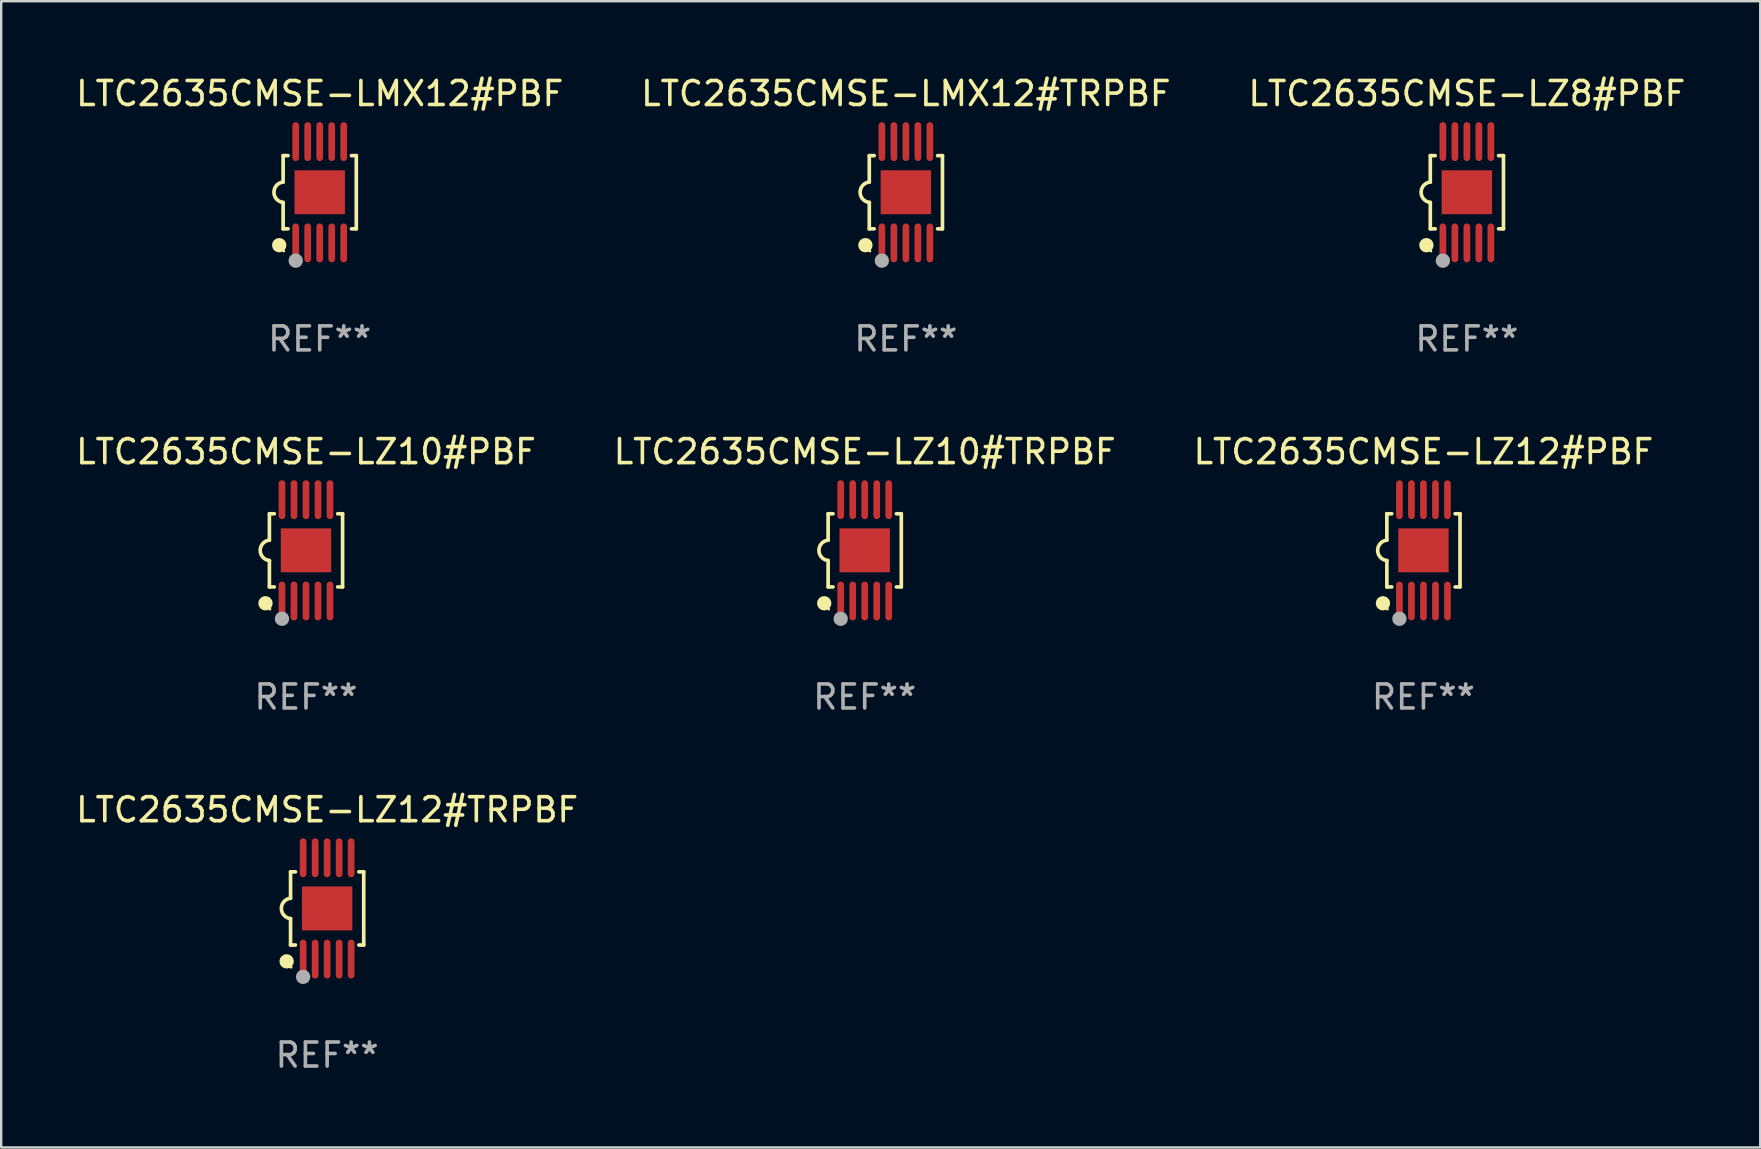
<source format=kicad_pcb>
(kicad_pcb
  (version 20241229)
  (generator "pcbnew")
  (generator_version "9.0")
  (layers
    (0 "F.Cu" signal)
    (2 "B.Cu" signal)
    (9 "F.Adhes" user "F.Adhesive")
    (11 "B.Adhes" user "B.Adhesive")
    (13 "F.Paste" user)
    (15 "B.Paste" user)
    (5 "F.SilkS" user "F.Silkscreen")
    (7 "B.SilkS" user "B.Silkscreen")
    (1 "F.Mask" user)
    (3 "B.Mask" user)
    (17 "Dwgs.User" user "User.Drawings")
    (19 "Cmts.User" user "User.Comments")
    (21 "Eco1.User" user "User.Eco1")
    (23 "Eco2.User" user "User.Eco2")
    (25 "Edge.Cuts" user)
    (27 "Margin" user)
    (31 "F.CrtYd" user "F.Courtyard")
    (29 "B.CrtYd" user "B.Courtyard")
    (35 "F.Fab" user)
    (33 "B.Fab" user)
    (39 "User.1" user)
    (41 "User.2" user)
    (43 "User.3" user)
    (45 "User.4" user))
  (footprint "LTC2635CMSE-LMX12#TRPBF"
    (layer "F.Cu")
    (at 34.685 4.958)
    (property "Reference" "LTC2635CMSE-LMX12#TRPBF" (at 0 -4.11 0) (layer "F.SilkS") (effects (font (size 1 1) (thickness 0.15))))
    (attr through_hole)
    (fp_line (start -1.524 -1.524) (end -1.524 -0.424) (stroke (width 0.152) (type solid)) (layer "F.SilkS"))
    (fp_line (start -1.524 1.524) (end -1.524 0.424) (stroke (width 0.152) (type solid)) (layer "F.SilkS"))
    (fp_line (start -1.524 1.524) (end -1.32 1.524) (stroke (width 0.152) (type solid)) (layer "F.SilkS"))
    (fp_line (start -1.32 -1.524) (end -1.524 -1.524) (stroke (width 0.152) (type solid)) (layer "F.SilkS"))
    (fp_line (start 1.32 1.524) (end 1.524 1.524) (stroke (width 0.152) (type solid)) (layer "F.SilkS"))
    (fp_line (start 1.524 -1.524) (end 1.32 -1.524) (stroke (width 0.152) (type solid)) (layer "F.SilkS"))
    (fp_line (start 1.524 1.524) (end 1.524 -1.524) (stroke (width 0.152) (type solid)) (layer "F.SilkS"))
    (fp_arc (start -1.524003 0.424003) (mid -1.906663 -0.000089) (end -1.524004 -0.424181) (stroke (width 0.151994) (type solid)) (layer "F.SilkS"))
    (fp_circle (center -1.687 2.205) (end -1.537 2.205) (stroke (width 0.3) (type solid)) (fill no) (layer "F.SilkS"))
    (fp_circle (center -1.5 2.45) (end -1.47 2.45) (stroke (width 0.06) (type solid)) (fill no) (layer "F.SilkS"))
    (fp_circle (center -1 2.85) (end -0.85 2.85) (stroke (width 0.3) (type solid)) (fill no) (layer "F.Fab"))
    (fp_text user "REF**" (at 0 6.11 0) (layer "F.Fab") (effects (font (size 1 1) (thickness 0.15))))
    (pad "1" smd oval (at -1 2.11) (size 0.28 1.62) (layers "F.Cu" "F.Mask" "F.Paste"))
    (pad "2" smd oval (at -0.5 2.11) (size 0.28 1.62) (layers "F.Cu" "F.Mask" "F.Paste"))
    (pad "3" smd oval (at 0 2.11) (size 0.28 1.62) (layers "F.Cu" "F.Mask" "F.Paste"))
    (pad "4" smd oval (at 0.5 2.11) (size 0.28 1.62) (layers "F.Cu" "F.Mask" "F.Paste"))
    (pad "5" smd oval (at 1 2.11) (size 0.28 1.62) (layers "F.Cu" "F.Mask" "F.Paste"))
    (pad "6" smd oval (at 1 -2.11) (size 0.28 1.62) (layers "F.Cu" "F.Mask" "F.Paste"))
    (pad "7" smd oval (at 0.5 -2.11) (size 0.28 1.62) (layers "F.Cu" "F.Mask" "F.Paste"))
    (pad "8" smd oval (at 0 -2.11) (size 0.28 1.62) (layers "F.Cu" "F.Mask" "F.Paste"))
    (pad "9" smd oval (at -0.5 -2.11) (size 0.28 1.62) (layers "F.Cu" "F.Mask" "F.Paste"))
    (pad "10" smd oval (at -1 -2.11) (size 0.28 1.62) (layers "F.Cu" "F.Mask" "F.Paste"))
    (pad "11" smd rect (at 0 0) (size 2.1 1.83) (layers "F.Cu" "F.Mask" "F.Paste")))
  (footprint "LTC2635CMSE-LMX12#PBF"
    (layer "F.Cu")
    (at 10.268 4.958)
    (property "Reference" "LTC2635CMSE-LMX12#PBF" (at 0 -4.11 0) (layer "F.SilkS") (effects (font (size 1 1) (thickness 0.15))))
    (attr through_hole)
    (fp_line (start -1.524 -1.524) (end -1.524 -0.424) (stroke (width 0.152) (type solid)) (layer "F.SilkS"))
    (fp_line (start -1.524 1.524) (end -1.524 0.424) (stroke (width 0.152) (type solid)) (layer "F.SilkS"))
    (fp_line (start -1.524 1.524) (end -1.32 1.524) (stroke (width 0.152) (type solid)) (layer "F.SilkS"))
    (fp_line (start -1.32 -1.524) (end -1.524 -1.524) (stroke (width 0.152) (type solid)) (layer "F.SilkS"))
    (fp_line (start 1.32 1.524) (end 1.524 1.524) (stroke (width 0.152) (type solid)) (layer "F.SilkS"))
    (fp_line (start 1.524 -1.524) (end 1.32 -1.524) (stroke (width 0.152) (type solid)) (layer "F.SilkS"))
    (fp_line (start 1.524 1.524) (end 1.524 -1.524) (stroke (width 0.152) (type solid)) (layer "F.SilkS"))
    (fp_arc (start -1.524003 0.424003) (mid -1.906663 -0.000089) (end -1.524004 -0.424181) (stroke (width 0.151994) (type solid)) (layer "F.SilkS"))
    (fp_circle (center -1.687 2.205) (end -1.537 2.205) (stroke (width 0.3) (type solid)) (fill no) (layer "F.SilkS"))
    (fp_circle (center -1.5 2.45) (end -1.47 2.45) (stroke (width 0.06) (type solid)) (fill no) (layer "F.SilkS"))
    (fp_circle (center -1 2.85) (end -0.85 2.85) (stroke (width 0.3) (type solid)) (fill no) (layer "F.Fab"))
    (fp_text user "REF**" (at 0 6.11 0) (layer "F.Fab") (effects (font (size 1 1) (thickness 0.15))))
    (pad "1" smd oval (at -1 2.11) (size 0.28 1.62) (layers "F.Cu" "F.Mask" "F.Paste"))
    (pad "2" smd oval (at -0.5 2.11) (size 0.28 1.62) (layers "F.Cu" "F.Mask" "F.Paste"))
    (pad "3" smd oval (at 0 2.11) (size 0.28 1.62) (layers "F.Cu" "F.Mask" "F.Paste"))
    (pad "4" smd oval (at 0.5 2.11) (size 0.28 1.62) (layers "F.Cu" "F.Mask" "F.Paste"))
    (pad "5" smd oval (at 1 2.11) (size 0.28 1.62) (layers "F.Cu" "F.Mask" "F.Paste"))
    (pad "6" smd oval (at 1 -2.11) (size 0.28 1.62) (layers "F.Cu" "F.Mask" "F.Paste"))
    (pad "7" smd oval (at 0.5 -2.11) (size 0.28 1.62) (layers "F.Cu" "F.Mask" "F.Paste"))
    (pad "8" smd oval (at 0 -2.11) (size 0.28 1.62) (layers "F.Cu" "F.Mask" "F.Paste"))
    (pad "9" smd oval (at -0.5 -2.11) (size 0.28 1.62) (layers "F.Cu" "F.Mask" "F.Paste"))
    (pad "10" smd oval (at -1 -2.11) (size 0.28 1.62) (layers "F.Cu" "F.Mask" "F.Paste"))
    (pad "11" smd rect (at 0 0) (size 2.1 1.83) (layers "F.Cu" "F.Mask" "F.Paste")))
  (footprint "LTC2635CMSE-LZ10#PBF"
    (layer "F.Cu")
    (at 9.696 19.875)
    (property "Reference" "LTC2635CMSE-LZ10#PBF" (at 0 -4.11 0) (layer "F.SilkS") (effects (font (size 1 1) (thickness 0.15))))
    (attr through_hole)
    (fp_line (start -1.524 -1.524) (end -1.524 -0.424) (stroke (width 0.152) (type solid)) (layer "F.SilkS"))
    (fp_line (start -1.524 1.524) (end -1.524 0.424) (stroke (width 0.152) (type solid)) (layer "F.SilkS"))
    (fp_line (start -1.524 1.524) (end -1.32 1.524) (stroke (width 0.152) (type solid)) (layer "F.SilkS"))
    (fp_line (start -1.32 -1.524) (end -1.524 -1.524) (stroke (width 0.152) (type solid)) (layer "F.SilkS"))
    (fp_line (start 1.32 1.524) (end 1.524 1.524) (stroke (width 0.152) (type solid)) (layer "F.SilkS"))
    (fp_line (start 1.524 -1.524) (end 1.32 -1.524) (stroke (width 0.152) (type solid)) (layer "F.SilkS"))
    (fp_line (start 1.524 1.524) (end 1.524 -1.524) (stroke (width 0.152) (type solid)) (layer "F.SilkS"))
    (fp_arc (start -1.524003 0.424003) (mid -1.906663 -0.000089) (end -1.524004 -0.424181) (stroke (width 0.151994) (type solid)) (layer "F.SilkS"))
    (fp_circle (center -1.687 2.205) (end -1.537 2.205) (stroke (width 0.3) (type solid)) (fill no) (layer "F.SilkS"))
    (fp_circle (center -1.5 2.45) (end -1.47 2.45) (stroke (width 0.06) (type solid)) (fill no) (layer "F.SilkS"))
    (fp_circle (center -1 2.85) (end -0.85 2.85) (stroke (width 0.3) (type solid)) (fill no) (layer "F.Fab"))
    (fp_text user "REF**" (at 0 6.11 0) (layer "F.Fab") (effects (font (size 1 1) (thickness 0.15))))
    (pad "1" smd oval (at -1 2.11) (size 0.28 1.62) (layers "F.Cu" "F.Mask" "F.Paste"))
    (pad "2" smd oval (at -0.5 2.11) (size 0.28 1.62) (layers "F.Cu" "F.Mask" "F.Paste"))
    (pad "3" smd oval (at 0 2.11) (size 0.28 1.62) (layers "F.Cu" "F.Mask" "F.Paste"))
    (pad "4" smd oval (at 0.5 2.11) (size 0.28 1.62) (layers "F.Cu" "F.Mask" "F.Paste"))
    (pad "5" smd oval (at 1 2.11) (size 0.28 1.62) (layers "F.Cu" "F.Mask" "F.Paste"))
    (pad "6" smd oval (at 1 -2.11) (size 0.28 1.62) (layers "F.Cu" "F.Mask" "F.Paste"))
    (pad "7" smd oval (at 0.5 -2.11) (size 0.28 1.62) (layers "F.Cu" "F.Mask" "F.Paste"))
    (pad "8" smd oval (at 0 -2.11) (size 0.28 1.62) (layers "F.Cu" "F.Mask" "F.Paste"))
    (pad "9" smd oval (at -0.5 -2.11) (size 0.28 1.62) (layers "F.Cu" "F.Mask" "F.Paste"))
    (pad "10" smd oval (at -1 -2.11) (size 0.28 1.62) (layers "F.Cu" "F.Mask" "F.Paste"))
    (pad "11" smd rect (at 0 0) (size 2.1 1.83) (layers "F.Cu" "F.Mask" "F.Paste")))
  (footprint "LTC2635CMSE-LZ12#TRPBF"
    (layer "F.Cu")
    (at 10.577 34.791)
    (property "Reference" "LTC2635CMSE-LZ12#TRPBF" (at 0 -4.11 0) (layer "F.SilkS") (effects (font (size 1 1) (thickness 0.15))))
    (attr through_hole)
    (fp_line (start -1.524 -1.524) (end -1.524 -0.424) (stroke (width 0.152) (type solid)) (layer "F.SilkS"))
    (fp_line (start -1.524 1.524) (end -1.524 0.424) (stroke (width 0.152) (type solid)) (layer "F.SilkS"))
    (fp_line (start -1.524 1.524) (end -1.32 1.524) (stroke (width 0.152) (type solid)) (layer "F.SilkS"))
    (fp_line (start -1.32 -1.524) (end -1.524 -1.524) (stroke (width 0.152) (type solid)) (layer "F.SilkS"))
    (fp_line (start 1.32 1.524) (end 1.524 1.524) (stroke (width 0.152) (type solid)) (layer "F.SilkS"))
    (fp_line (start 1.524 -1.524) (end 1.32 -1.524) (stroke (width 0.152) (type solid)) (layer "F.SilkS"))
    (fp_line (start 1.524 1.524) (end 1.524 -1.524) (stroke (width 0.152) (type solid)) (layer "F.SilkS"))
    (fp_arc (start -1.524003 0.424003) (mid -1.906663 -0.000089) (end -1.524004 -0.424181) (stroke (width 0.151994) (type solid)) (layer "F.SilkS"))
    (fp_circle (center -1.687 2.205) (end -1.537 2.205) (stroke (width 0.3) (type solid)) (fill no) (layer "F.SilkS"))
    (fp_circle (center -1.5 2.45) (end -1.47 2.45) (stroke (width 0.06) (type solid)) (fill no) (layer "F.SilkS"))
    (fp_circle (center -1 2.85) (end -0.85 2.85) (stroke (width 0.3) (type solid)) (fill no) (layer "F.Fab"))
    (fp_text user "REF**" (at 0 6.11 0) (layer "F.Fab") (effects (font (size 1 1) (thickness 0.15))))
    (pad "1" smd oval (at -1 2.11) (size 0.28 1.62) (layers "F.Cu" "F.Mask" "F.Paste"))
    (pad "2" smd oval (at -0.5 2.11) (size 0.28 1.62) (layers "F.Cu" "F.Mask" "F.Paste"))
    (pad "3" smd oval (at 0 2.11) (size 0.28 1.62) (layers "F.Cu" "F.Mask" "F.Paste"))
    (pad "4" smd oval (at 0.5 2.11) (size 0.28 1.62) (layers "F.Cu" "F.Mask" "F.Paste"))
    (pad "5" smd oval (at 1 2.11) (size 0.28 1.62) (layers "F.Cu" "F.Mask" "F.Paste"))
    (pad "6" smd oval (at 1 -2.11) (size 0.28 1.62) (layers "F.Cu" "F.Mask" "F.Paste"))
    (pad "7" smd oval (at 0.5 -2.11) (size 0.28 1.62) (layers "F.Cu" "F.Mask" "F.Paste"))
    (pad "8" smd oval (at 0 -2.11) (size 0.28 1.62) (layers "F.Cu" "F.Mask" "F.Paste"))
    (pad "9" smd oval (at -0.5 -2.11) (size 0.28 1.62) (layers "F.Cu" "F.Mask" "F.Paste"))
    (pad "10" smd oval (at -1 -2.11) (size 0.28 1.62) (layers "F.Cu" "F.Mask" "F.Paste"))
    (pad "11" smd rect (at 0 0) (size 2.1 1.83) (layers "F.Cu" "F.Mask" "F.Paste")))
  (footprint "LTC2635CMSE-LZ10#TRPBF"
    (layer "F.Cu")
    (at 32.97 19.875)
    (property "Reference" "LTC2635CMSE-LZ10#TRPBF" (at 0 -4.11 0) (layer "F.SilkS") (effects (font (size 1 1) (thickness 0.15))))
    (attr through_hole)
    (fp_line (start -1.524 -1.524) (end -1.524 -0.424) (stroke (width 0.152) (type solid)) (layer "F.SilkS"))
    (fp_line (start -1.524 1.524) (end -1.524 0.424) (stroke (width 0.152) (type solid)) (layer "F.SilkS"))
    (fp_line (start -1.524 1.524) (end -1.32 1.524) (stroke (width 0.152) (type solid)) (layer "F.SilkS"))
    (fp_line (start -1.32 -1.524) (end -1.524 -1.524) (stroke (width 0.152) (type solid)) (layer "F.SilkS"))
    (fp_line (start 1.32 1.524) (end 1.524 1.524) (stroke (width 0.152) (type solid)) (layer "F.SilkS"))
    (fp_line (start 1.524 -1.524) (end 1.32 -1.524) (stroke (width 0.152) (type solid)) (layer "F.SilkS"))
    (fp_line (start 1.524 1.524) (end 1.524 -1.524) (stroke (width 0.152) (type solid)) (layer "F.SilkS"))
    (fp_arc (start -1.524003 0.424003) (mid -1.906663 -0.000089) (end -1.524004 -0.424181) (stroke (width 0.151994) (type solid)) (layer "F.SilkS"))
    (fp_circle (center -1.687 2.205) (end -1.537 2.205) (stroke (width 0.3) (type solid)) (fill no) (layer "F.SilkS"))
    (fp_circle (center -1.5 2.45) (end -1.47 2.45) (stroke (width 0.06) (type solid)) (fill no) (layer "F.SilkS"))
    (fp_circle (center -1 2.85) (end -0.85 2.85) (stroke (width 0.3) (type solid)) (fill no) (layer "F.Fab"))
    (fp_text user "REF**" (at 0 6.11 0) (layer "F.Fab") (effects (font (size 1 1) (thickness 0.15))))
    (pad "1" smd oval (at -1 2.11) (size 0.28 1.62) (layers "F.Cu" "F.Mask" "F.Paste"))
    (pad "2" smd oval (at -0.5 2.11) (size 0.28 1.62) (layers "F.Cu" "F.Mask" "F.Paste"))
    (pad "3" smd oval (at 0 2.11) (size 0.28 1.62) (layers "F.Cu" "F.Mask" "F.Paste"))
    (pad "4" smd oval (at 0.5 2.11) (size 0.28 1.62) (layers "F.Cu" "F.Mask" "F.Paste"))
    (pad "5" smd oval (at 1 2.11) (size 0.28 1.62) (layers "F.Cu" "F.Mask" "F.Paste"))
    (pad "6" smd oval (at 1 -2.11) (size 0.28 1.62) (layers "F.Cu" "F.Mask" "F.Paste"))
    (pad "7" smd oval (at 0.5 -2.11) (size 0.28 1.62) (layers "F.Cu" "F.Mask" "F.Paste"))
    (pad "8" smd oval (at 0 -2.11) (size 0.28 1.62) (layers "F.Cu" "F.Mask" "F.Paste"))
    (pad "9" smd oval (at -0.5 -2.11) (size 0.28 1.62) (layers "F.Cu" "F.Mask" "F.Paste"))
    (pad "10" smd oval (at -1 -2.11) (size 0.28 1.62) (layers "F.Cu" "F.Mask" "F.Paste"))
    (pad "11" smd rect (at 0 0) (size 2.1 1.83) (layers "F.Cu" "F.Mask" "F.Paste")))
  (footprint "LTC2635CMSE-LZ8#PBF"
    (layer "F.Cu")
    (at 58.054 4.958)
    (property "Reference" "LTC2635CMSE-LZ8#PBF" (at 0 -4.11 0) (layer "F.SilkS") (effects (font (size 1 1) (thickness 0.15))))
    (attr through_hole)
    (fp_line (start -1.524 -1.524) (end -1.524 -0.424) (stroke (width 0.152) (type solid)) (layer "F.SilkS"))
    (fp_line (start -1.524 1.524) (end -1.524 0.424) (stroke (width 0.152) (type solid)) (layer "F.SilkS"))
    (fp_line (start -1.524 1.524) (end -1.32 1.524) (stroke (width 0.152) (type solid)) (layer "F.SilkS"))
    (fp_line (start -1.32 -1.524) (end -1.524 -1.524) (stroke (width 0.152) (type solid)) (layer "F.SilkS"))
    (fp_line (start 1.32 1.524) (end 1.524 1.524) (stroke (width 0.152) (type solid)) (layer "F.SilkS"))
    (fp_line (start 1.524 -1.524) (end 1.32 -1.524) (stroke (width 0.152) (type solid)) (layer "F.SilkS"))
    (fp_line (start 1.524 1.524) (end 1.524 -1.524) (stroke (width 0.152) (type solid)) (layer "F.SilkS"))
    (fp_arc (start -1.524003 0.424003) (mid -1.906663 -0.000089) (end -1.524004 -0.424181) (stroke (width 0.151994) (type solid)) (layer "F.SilkS"))
    (fp_circle (center -1.687 2.205) (end -1.537 2.205) (stroke (width 0.3) (type solid)) (fill no) (layer "F.SilkS"))
    (fp_circle (center -1.5 2.45) (end -1.47 2.45) (stroke (width 0.06) (type solid)) (fill no) (layer "F.SilkS"))
    (fp_circle (center -1 2.85) (end -0.85 2.85) (stroke (width 0.3) (type solid)) (fill no) (layer "F.Fab"))
    (fp_text user "REF**" (at 0 6.11 0) (layer "F.Fab") (effects (font (size 1 1) (thickness 0.15))))
    (pad "1" smd oval (at -1 2.11) (size 0.28 1.62) (layers "F.Cu" "F.Mask" "F.Paste"))
    (pad "2" smd oval (at -0.5 2.11) (size 0.28 1.62) (layers "F.Cu" "F.Mask" "F.Paste"))
    (pad "3" smd oval (at 0 2.11) (size 0.28 1.62) (layers "F.Cu" "F.Mask" "F.Paste"))
    (pad "4" smd oval (at 0.5 2.11) (size 0.28 1.62) (layers "F.Cu" "F.Mask" "F.Paste"))
    (pad "5" smd oval (at 1 2.11) (size 0.28 1.62) (layers "F.Cu" "F.Mask" "F.Paste"))
    (pad "6" smd oval (at 1 -2.11) (size 0.28 1.62) (layers "F.Cu" "F.Mask" "F.Paste"))
    (pad "7" smd oval (at 0.5 -2.11) (size 0.28 1.62) (layers "F.Cu" "F.Mask" "F.Paste"))
    (pad "8" smd oval (at 0 -2.11) (size 0.28 1.62) (layers "F.Cu" "F.Mask" "F.Paste"))
    (pad "9" smd oval (at -0.5 -2.11) (size 0.28 1.62) (layers "F.Cu" "F.Mask" "F.Paste"))
    (pad "10" smd oval (at -1 -2.11) (size 0.28 1.62) (layers "F.Cu" "F.Mask" "F.Paste"))
    (pad "11" smd rect (at 0 0) (size 2.1 1.83) (layers "F.Cu" "F.Mask" "F.Paste")))
  (footprint "LTC2635CMSE-LZ12#PBF"
    (layer "F.Cu")
    (at 56.244 19.875)
    (property "Reference" "LTC2635CMSE-LZ12#PBF" (at 0 -4.11 0) (layer "F.SilkS") (effects (font (size 1 1) (thickness 0.15))))
    (attr through_hole)
    (fp_line (start -1.524 -1.524) (end -1.524 -0.424) (stroke (width 0.152) (type solid)) (layer "F.SilkS"))
    (fp_line (start -1.524 1.524) (end -1.524 0.424) (stroke (width 0.152) (type solid)) (layer "F.SilkS"))
    (fp_line (start -1.524 1.524) (end -1.32 1.524) (stroke (width 0.152) (type solid)) (layer "F.SilkS"))
    (fp_line (start -1.32 -1.524) (end -1.524 -1.524) (stroke (width 0.152) (type solid)) (layer "F.SilkS"))
    (fp_line (start 1.32 1.524) (end 1.524 1.524) (stroke (width 0.152) (type solid)) (layer "F.SilkS"))
    (fp_line (start 1.524 -1.524) (end 1.32 -1.524) (stroke (width 0.152) (type solid)) (layer "F.SilkS"))
    (fp_line (start 1.524 1.524) (end 1.524 -1.524) (stroke (width 0.152) (type solid)) (layer "F.SilkS"))
    (fp_arc (start -1.524003 0.424003) (mid -1.906663 -0.000089) (end -1.524004 -0.424181) (stroke (width 0.151994) (type solid)) (layer "F.SilkS"))
    (fp_circle (center -1.687 2.205) (end -1.537 2.205) (stroke (width 0.3) (type solid)) (fill no) (layer "F.SilkS"))
    (fp_circle (center -1.5 2.45) (end -1.47 2.45) (stroke (width 0.06) (type solid)) (fill no) (layer "F.SilkS"))
    (fp_circle (center -1 2.85) (end -0.85 2.85) (stroke (width 0.3) (type solid)) (fill no) (layer "F.Fab"))
    (fp_text user "REF**" (at 0 6.11 0) (layer "F.Fab") (effects (font (size 1 1) (thickness 0.15))))
    (pad "1" smd oval (at -1 2.11) (size 0.28 1.62) (layers "F.Cu" "F.Mask" "F.Paste"))
    (pad "2" smd oval (at -0.5 2.11) (size 0.28 1.62) (layers "F.Cu" "F.Mask" "F.Paste"))
    (pad "3" smd oval (at 0 2.11) (size 0.28 1.62) (layers "F.Cu" "F.Mask" "F.Paste"))
    (pad "4" smd oval (at 0.5 2.11) (size 0.28 1.62) (layers "F.Cu" "F.Mask" "F.Paste"))
    (pad "5" smd oval (at 1 2.11) (size 0.28 1.62) (layers "F.Cu" "F.Mask" "F.Paste"))
    (pad "6" smd oval (at 1 -2.11) (size 0.28 1.62) (layers "F.Cu" "F.Mask" "F.Paste"))
    (pad "7" smd oval (at 0.5 -2.11) (size 0.28 1.62) (layers "F.Cu" "F.Mask" "F.Paste"))
    (pad "8" smd oval (at 0 -2.11) (size 0.28 1.62) (layers "F.Cu" "F.Mask" "F.Paste"))
    (pad "9" smd oval (at -0.5 -2.11) (size 0.28 1.62) (layers "F.Cu" "F.Mask" "F.Paste"))
    (pad "10" smd oval (at -1 -2.11) (size 0.28 1.62) (layers "F.Cu" "F.Mask" "F.Paste"))
    (pad "11" smd rect (at 0 0) (size 2.1 1.83) (layers "F.Cu" "F.Mask" "F.Paste")))
  (gr_rect
    (start -3 -3)
    (end 70.274 44.749)
    (stroke (width 0.1) (type default))
    (fill no)
    (layer "Edge.Cuts")))
</source>
